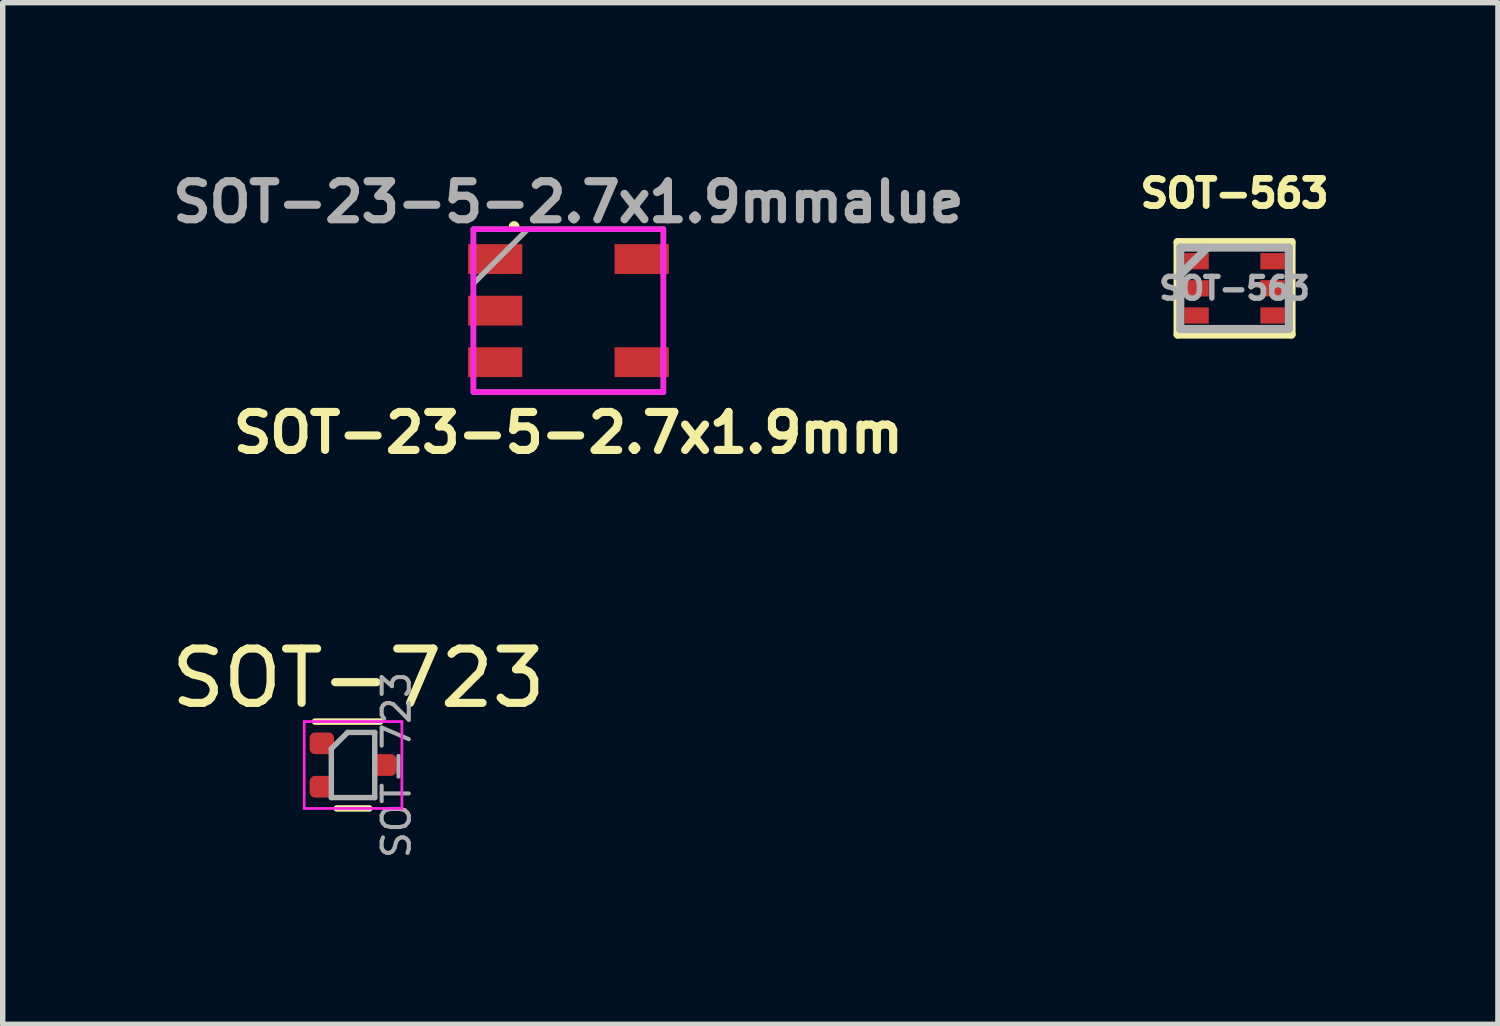
<source format=kicad_pcb>
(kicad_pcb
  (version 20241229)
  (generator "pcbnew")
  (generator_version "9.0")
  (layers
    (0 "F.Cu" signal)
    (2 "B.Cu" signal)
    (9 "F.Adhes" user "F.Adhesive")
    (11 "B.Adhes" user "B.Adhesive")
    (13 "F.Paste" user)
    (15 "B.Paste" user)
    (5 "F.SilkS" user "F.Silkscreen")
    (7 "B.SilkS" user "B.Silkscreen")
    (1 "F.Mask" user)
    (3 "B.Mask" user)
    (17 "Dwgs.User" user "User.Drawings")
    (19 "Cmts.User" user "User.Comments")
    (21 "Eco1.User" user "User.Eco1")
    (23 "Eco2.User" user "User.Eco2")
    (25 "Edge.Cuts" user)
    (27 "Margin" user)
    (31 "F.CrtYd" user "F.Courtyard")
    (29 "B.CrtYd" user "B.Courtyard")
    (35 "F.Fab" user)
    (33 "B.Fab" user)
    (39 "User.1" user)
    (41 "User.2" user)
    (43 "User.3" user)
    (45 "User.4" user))
  (footprint "SOT-563"
    (layer "F.Cu")
    (at 19.695 2.262)
    (property "Reference" "SOT-563" (at 0 -1.75 0) (layer "F.SilkS") (effects (font (size 0.5 0.5) (thickness 0.125))))
    (attr smd)
    (fp_line (start -1.049 -0.851) (end 1.049 -0.851) (stroke (width 0.15) (type solid)) (layer "F.SilkS"))
    (fp_line (start -1.049 0.851) (end -1.049 -0.851) (stroke (width 0.15) (type solid)) (layer "F.SilkS"))
    (fp_line (start 1.049 -0.851) (end 1.049 0.851) (stroke (width 0.15) (type solid)) (layer "F.SilkS"))
    (fp_line (start 1.049 0.851) (end -1.049 0.851) (stroke (width 0.15) (type solid)) (layer "F.SilkS"))
    (fp_line (start -1 -0.75) (end -1 0.75) (stroke (width 0.15) (type solid)) (layer "F.Fab"))
    (fp_line (start -1 -0.25) (end -0.5 -0.75) (stroke (width 0.15) (type solid)) (layer "F.Fab"))
    (fp_line (start -1 0.75) (end 1 0.75) (stroke (width 0.15) (type solid)) (layer "F.Fab"))
    (fp_line (start 1 -0.75) (end -1 -0.75) (stroke (width 0.15) (type solid)) (layer "F.Fab"))
    (fp_line (start 1 0.75) (end 1 -0.75) (stroke (width 0.15) (type solid)) (layer "F.Fab"))
    (fp_text user "${REFERENCE}" (at 0 0 0) (layer "F.Fab") (effects (font (size 0.4 0.4) (thickness 0.1))))
    (pad "1" smd rect (at -0.7 -0.5) (size 0.45 0.3) (layers "F.Cu" "F.Mask" "F.Paste"))
    (pad "2" smd rect (at -0.7 0) (size 0.45 0.3) (layers "F.Cu" "F.Mask" "F.Paste"))
    (pad "3" smd rect (at -0.7 0.5) (size 0.45 0.3) (layers "F.Cu" "F.Mask" "F.Paste"))
    (pad "4" smd rect (at 0.7 0.5) (size 0.45 0.3) (layers "F.Cu" "F.Mask" "F.Paste"))
    (pad "5" smd rect (at 0.7 0) (size 0.45 0.3) (layers "F.Cu" "F.Mask" "F.Paste"))
    (pad "6" smd rect (at 0.7 -0.5) (size 0.45 0.3) (layers "F.Cu" "F.Mask" "F.Paste")))
  (footprint "SOT-23-5-2.7x1.9mm"
    (layer "F.Cu")
    (at 7.422 2.673)
    (property "Reference" "SOT-23-5-2.7x1.9mm" (at 0 2.25 0) (layer "F.SilkS") (effects (font (size 0.7 0.7) (thickness 0.15))))
    (property "Value" "SOT-23-5-2.7x1.9mm" (at 0 -3.25 0) (layer "F.Fab") (hide yes) (effects (font (size 0.7 0.7) (thickness 0.15))))
    (attr through_hole)
    (fp_line (start -1 -1.5) (end -1 -1.5) (stroke (width 0.05) (type solid)) (layer "F.SilkS"))
    (fp_line (start -1 -1.5) (end 1 -1.5) (stroke (width 0.05) (type solid)) (layer "F.SilkS"))
    (fp_line (start -1 1.5) (end 1 1.5) (stroke (width 0.05) (type solid)) (layer "F.SilkS"))
    (fp_line (start 1 1.5) (end 1 1.5) (stroke (width 0.05) (type solid)) (layer "F.SilkS"))
    (fp_circle (center -1 -1.55) (end -0.95 -1.55) (stroke (width 0.1) (type solid)) (fill no) (layer "F.SilkS"))
    (fp_line (start -1.75 -1.5) (end -1.75 1.5) (stroke (width 0.1) (type solid)) (layer "F.CrtYd"))
    (fp_line (start -1.75 1.5) (end 1.75 1.5) (stroke (width 0.1) (type solid)) (layer "F.CrtYd"))
    (fp_line (start 1.75 -1.5) (end -1.75 -1.5) (stroke (width 0.1) (type solid)) (layer "F.CrtYd"))
    (fp_line (start 1.75 1.5) (end 1.75 -1.5) (stroke (width 0.1) (type solid)) (layer "F.CrtYd"))
    (fp_line (start -1.75 -1.5) (end -1.75 1.5) (stroke (width 0.1) (type solid)) (layer "F.Fab"))
    (fp_line (start -1.75 -0.5) (end -0.75 -1.5) (stroke (width 0.1) (type solid)) (layer "F.Fab"))
    (fp_line (start -1.75 1.5) (end 1.75 1.5) (stroke (width 0.1) (type solid)) (layer "F.Fab"))
    (fp_line (start 1.75 -1.5) (end -1.75 -1.5) (stroke (width 0.1) (type solid)) (layer "F.Fab"))
    (fp_line (start 1.75 1.5) (end 1.75 -1.5) (stroke (width 0.1) (type solid)) (layer "F.Fab"))
    (fp_text user "${VALUE}alue" (at 0 -2 0) (layer "F.Fab") (effects (font (size 0.7 0.7) (thickness 0.15))))
    (pad "1" smd rect (at -1.35 -0.95) (size 1 0.55) (layers "F.Cu" "F.Mask" "F.Paste"))
    (pad "2" smd rect (at -1.35 0) (size 1 0.55) (layers "F.Cu" "F.Mask" "F.Paste"))
    (pad "3" smd rect (at -1.35 0.95) (size 1 0.55) (layers "F.Cu" "F.Mask" "F.Paste"))
    (pad "4" smd rect (at 1.35 0.95) (size 1 0.55) (layers "F.Cu" "F.Mask" "F.Paste"))
    (pad "5" smd rect (at 1.35 -0.95) (size 1 0.55) (layers "F.Cu" "F.Mask" "F.Paste")))
  (footprint "SOT-723"
    (layer "F.Cu")
    (at 3.454 11.044)
    (property "Reference" "SOT-723" (at 0.1 -1.6 0) (layer "F.SilkS") (effects (font (size 1 1) (thickness 0.15))))
    (attr smd)
    (fp_line (start 0.3 0.8) (end -0.3 0.8) (stroke (width 0.12) (type solid)) (layer "F.SilkS"))
    (fp_line (start 0.5 -0.8) (end -0.7 -0.8) (stroke (width 0.12) (type solid)) (layer "F.SilkS"))
    (fp_line (start -0.9 -0.8) (end 0.9 -0.8) (stroke (width 0.05) (type solid)) (layer "F.CrtYd"))
    (fp_line (start -0.9 0.8) (end -0.9 -0.8) (stroke (width 0.05) (type solid)) (layer "F.CrtYd"))
    (fp_line (start 0.9 -0.8) (end 0.9 0.8) (stroke (width 0.05) (type solid)) (layer "F.CrtYd"))
    (fp_line (start 0.9 0.8) (end -0.9 0.8) (stroke (width 0.05) (type solid)) (layer "F.CrtYd"))
    (fp_line (start -0.4 -0.3) (end -0.1 -0.6) (stroke (width 0.1) (type solid)) (layer "F.Fab"))
    (fp_line (start -0.4 0.6) (end -0.4 -0.3) (stroke (width 0.1) (type solid)) (layer "F.Fab"))
    (fp_line (start -0.1 -0.6) (end 0.4 -0.6) (stroke (width 0.1) (type solid)) (layer "F.Fab"))
    (fp_line (start 0.4 -0.6) (end 0.4 0.6) (stroke (width 0.1) (type solid)) (layer "F.Fab"))
    (fp_line (start 0.4 0.6) (end -0.4 0.6) (stroke (width 0.1) (type solid)) (layer "F.Fab"))
    (fp_text user "${REFERENCE}" (at 0.8 0 90) (layer "F.Fab") (effects (font (size 0.5 0.5) (thickness 0.075))))
    (pad "1" smd roundrect (at -0.575 -0.4) (size 0.45 0.4) (layers "F.Cu" "F.Mask" "F.Paste") (roundrect_rratio 0.25))
    (pad "2" smd roundrect (at -0.575 0.4) (size 0.45 0.4) (layers "F.Cu" "F.Mask" "F.Paste") (roundrect_rratio 0.25))
    (pad "3" smd roundrect (at 0.575 0) (size 0.45 0.4) (layers "F.Cu" "F.Mask" "F.Paste") (roundrect_rratio 0.25)))
  (gr_rect
    (start -3 -3)
    (end 24.547 15.821)
    (stroke (width 0.1) (type default))
    (fill no)
    (layer "Edge.Cuts")))
</source>
